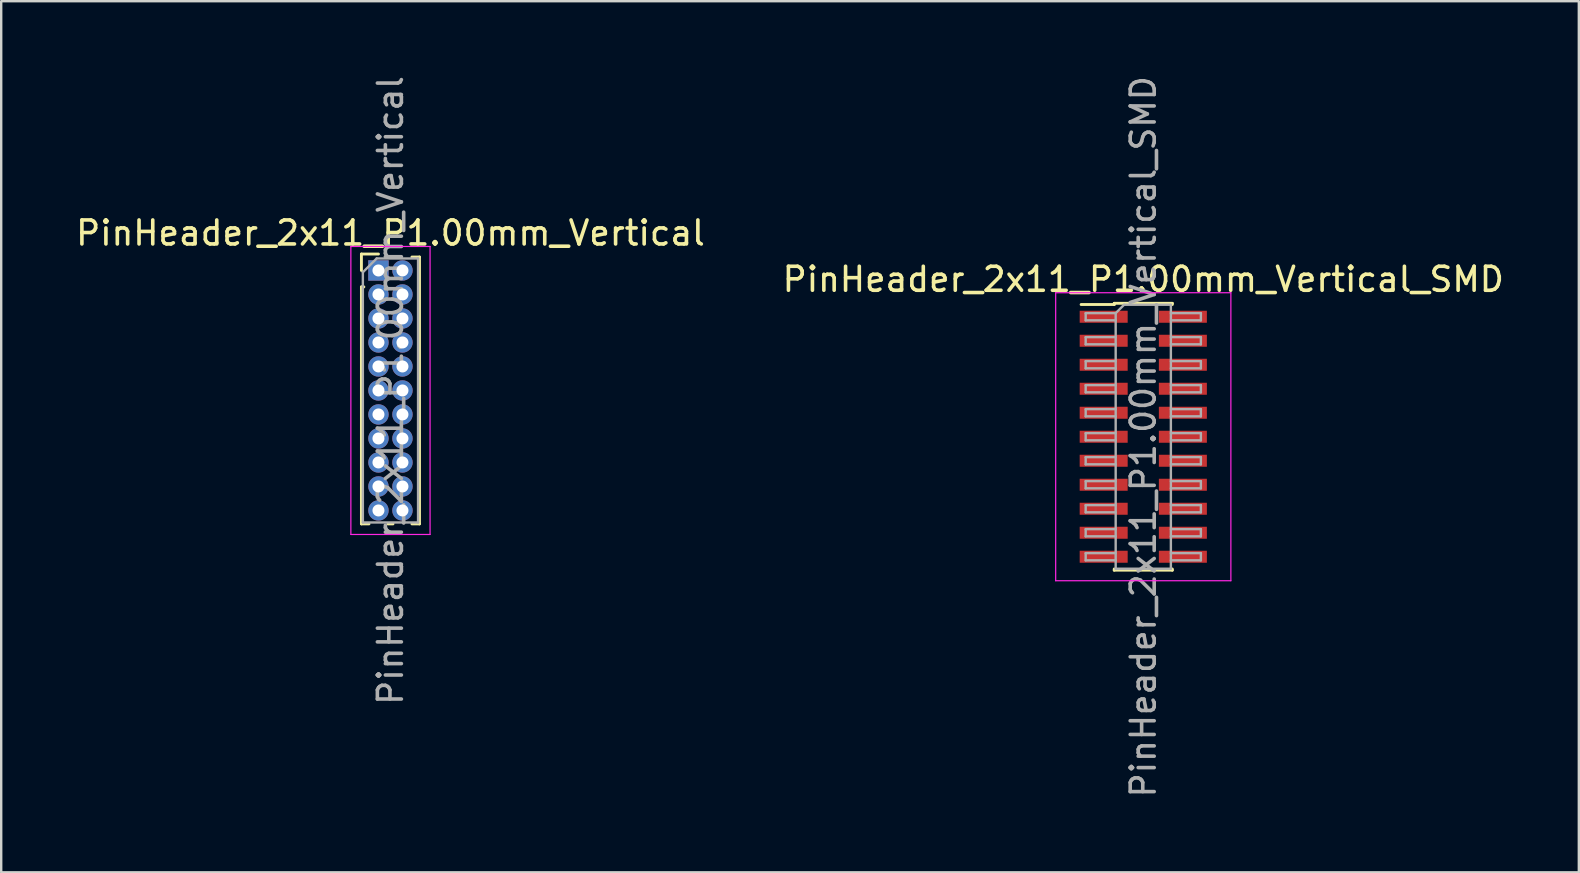
<source format=kicad_pcb>
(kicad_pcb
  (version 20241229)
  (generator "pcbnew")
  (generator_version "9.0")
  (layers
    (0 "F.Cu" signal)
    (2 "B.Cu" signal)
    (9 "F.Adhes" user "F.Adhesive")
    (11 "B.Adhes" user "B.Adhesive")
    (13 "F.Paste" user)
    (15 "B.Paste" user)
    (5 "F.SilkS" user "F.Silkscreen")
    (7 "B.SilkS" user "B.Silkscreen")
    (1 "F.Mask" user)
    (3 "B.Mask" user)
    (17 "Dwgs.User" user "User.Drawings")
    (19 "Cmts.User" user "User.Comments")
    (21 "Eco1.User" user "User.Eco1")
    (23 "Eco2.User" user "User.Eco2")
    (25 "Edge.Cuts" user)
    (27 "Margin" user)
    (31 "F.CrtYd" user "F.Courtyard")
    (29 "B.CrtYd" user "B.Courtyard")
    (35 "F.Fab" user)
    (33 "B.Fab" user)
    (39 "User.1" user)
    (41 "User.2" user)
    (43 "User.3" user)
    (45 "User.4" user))
  (footprint "PinHeader_2x11_P1.00mm_Vertical_SMD"
    (layer "F.Cu")
    (at 44.589 15.149)
    (property "Reference" "PinHeader_2x11_P1.00mm_Vertical_SMD" (at 0 -6.56 0) (layer "F.SilkS") (effects (font (size 1 1) (thickness 0.15))))
    (attr smd)
    (fp_line (start -2.59 -5.51) (end -1.21 -5.51) (stroke (width 0.12) (type solid)) (layer "F.SilkS"))
    (fp_line (start -1.21 -5.56) (end -1.21 -5.51) (stroke (width 0.12) (type solid)) (layer "F.SilkS"))
    (fp_line (start -1.21 -5.56) (end 1.21 -5.56) (stroke (width 0.12) (type solid)) (layer "F.SilkS"))
    (fp_line (start -1.21 5.51) (end -1.21 5.56) (stroke (width 0.12) (type solid)) (layer "F.SilkS"))
    (fp_line (start -1.21 5.56) (end 1.21 5.56) (stroke (width 0.12) (type solid)) (layer "F.SilkS"))
    (fp_line (start 1.21 -5.56) (end 1.21 -5.51) (stroke (width 0.12) (type solid)) (layer "F.SilkS"))
    (fp_line (start 1.21 5.51) (end 1.21 5.56) (stroke (width 0.12) (type solid)) (layer "F.SilkS"))
    (fp_line (start -3.65 -6) (end -3.65 6) (stroke (width 0.05) (type solid)) (layer "F.CrtYd"))
    (fp_line (start -3.65 6) (end 3.65 6) (stroke (width 0.05) (type solid)) (layer "F.CrtYd"))
    (fp_line (start 3.65 -6) (end -3.65 -6) (stroke (width 0.05) (type solid)) (layer "F.CrtYd"))
    (fp_line (start 3.65 6) (end 3.65 -6) (stroke (width 0.05) (type solid)) (layer "F.CrtYd"))
    (fp_line (start -2.4 -5.15) (end -2.4 -4.85) (stroke (width 0.1) (type solid)) (layer "F.Fab"))
    (fp_line (start -2.4 -4.85) (end -1.15 -4.85) (stroke (width 0.1) (type solid)) (layer "F.Fab"))
    (fp_line (start -2.4 -4.15) (end -2.4 -3.85) (stroke (width 0.1) (type solid)) (layer "F.Fab"))
    (fp_line (start -2.4 -3.85) (end -1.15 -3.85) (stroke (width 0.1) (type solid)) (layer "F.Fab"))
    (fp_line (start -2.4 -3.15) (end -2.4 -2.85) (stroke (width 0.1) (type solid)) (layer "F.Fab"))
    (fp_line (start -2.4 -2.85) (end -1.15 -2.85) (stroke (width 0.1) (type solid)) (layer "F.Fab"))
    (fp_line (start -2.4 -2.15) (end -2.4 -1.85) (stroke (width 0.1) (type solid)) (layer "F.Fab"))
    (fp_line (start -2.4 -1.85) (end -1.15 -1.85) (stroke (width 0.1) (type solid)) (layer "F.Fab"))
    (fp_line (start -2.4 -1.15) (end -2.4 -0.85) (stroke (width 0.1) (type solid)) (layer "F.Fab"))
    (fp_line (start -2.4 -0.85) (end -1.15 -0.85) (stroke (width 0.1) (type solid)) (layer "F.Fab"))
    (fp_line (start -2.4 -0.15) (end -2.4 0.15) (stroke (width 0.1) (type solid)) (layer "F.Fab"))
    (fp_line (start -2.4 0.15) (end -1.15 0.15) (stroke (width 0.1) (type solid)) (layer "F.Fab"))
    (fp_line (start -2.4 0.85) (end -2.4 1.15) (stroke (width 0.1) (type solid)) (layer "F.Fab"))
    (fp_line (start -2.4 1.15) (end -1.15 1.15) (stroke (width 0.1) (type solid)) (layer "F.Fab"))
    (fp_line (start -2.4 1.85) (end -2.4 2.15) (stroke (width 0.1) (type solid)) (layer "F.Fab"))
    (fp_line (start -2.4 2.15) (end -1.15 2.15) (stroke (width 0.1) (type solid)) (layer "F.Fab"))
    (fp_line (start -2.4 2.85) (end -2.4 3.15) (stroke (width 0.1) (type solid)) (layer "F.Fab"))
    (fp_line (start -2.4 3.15) (end -1.15 3.15) (stroke (width 0.1) (type solid)) (layer "F.Fab"))
    (fp_line (start -2.4 3.85) (end -2.4 4.15) (stroke (width 0.1) (type solid)) (layer "F.Fab"))
    (fp_line (start -2.4 4.15) (end -1.15 4.15) (stroke (width 0.1) (type solid)) (layer "F.Fab"))
    (fp_line (start -2.4 4.85) (end -2.4 5.15) (stroke (width 0.1) (type solid)) (layer "F.Fab"))
    (fp_line (start -2.4 5.15) (end -1.15 5.15) (stroke (width 0.1) (type solid)) (layer "F.Fab"))
    (fp_line (start -1.15 -5.15) (end -2.4 -5.15) (stroke (width 0.1) (type solid)) (layer "F.Fab"))
    (fp_line (start -1.15 -5.15) (end -0.8 -5.5) (stroke (width 0.1) (type solid)) (layer "F.Fab"))
    (fp_line (start -1.15 -4.15) (end -2.4 -4.15) (stroke (width 0.1) (type solid)) (layer "F.Fab"))
    (fp_line (start -1.15 -3.15) (end -2.4 -3.15) (stroke (width 0.1) (type solid)) (layer "F.Fab"))
    (fp_line (start -1.15 -2.15) (end -2.4 -2.15) (stroke (width 0.1) (type solid)) (layer "F.Fab"))
    (fp_line (start -1.15 -1.15) (end -2.4 -1.15) (stroke (width 0.1) (type solid)) (layer "F.Fab"))
    (fp_line (start -1.15 -0.15) (end -2.4 -0.15) (stroke (width 0.1) (type solid)) (layer "F.Fab"))
    (fp_line (start -1.15 0.85) (end -2.4 0.85) (stroke (width 0.1) (type solid)) (layer "F.Fab"))
    (fp_line (start -1.15 1.85) (end -2.4 1.85) (stroke (width 0.1) (type solid)) (layer "F.Fab"))
    (fp_line (start -1.15 2.85) (end -2.4 2.85) (stroke (width 0.1) (type solid)) (layer "F.Fab"))
    (fp_line (start -1.15 3.85) (end -2.4 3.85) (stroke (width 0.1) (type solid)) (layer "F.Fab"))
    (fp_line (start -1.15 4.85) (end -2.4 4.85) (stroke (width 0.1) (type solid)) (layer "F.Fab"))
    (fp_line (start -1.15 5.5) (end -1.15 -5.15) (stroke (width 0.1) (type solid)) (layer "F.Fab"))
    (fp_line (start -0.8 -5.5) (end 1.15 -5.5) (stroke (width 0.1) (type solid)) (layer "F.Fab"))
    (fp_line (start 1.15 -5.5) (end 1.15 5.5) (stroke (width 0.1) (type solid)) (layer "F.Fab"))
    (fp_line (start 1.15 -5.15) (end 2.4 -5.15) (stroke (width 0.1) (type solid)) (layer "F.Fab"))
    (fp_line (start 1.15 -4.15) (end 2.4 -4.15) (stroke (width 0.1) (type solid)) (layer "F.Fab"))
    (fp_line (start 1.15 -3.15) (end 2.4 -3.15) (stroke (width 0.1) (type solid)) (layer "F.Fab"))
    (fp_line (start 1.15 -2.15) (end 2.4 -2.15) (stroke (width 0.1) (type solid)) (layer "F.Fab"))
    (fp_line (start 1.15 -1.15) (end 2.4 -1.15) (stroke (width 0.1) (type solid)) (layer "F.Fab"))
    (fp_line (start 1.15 -0.15) (end 2.4 -0.15) (stroke (width 0.1) (type solid)) (layer "F.Fab"))
    (fp_line (start 1.15 0.85) (end 2.4 0.85) (stroke (width 0.1) (type solid)) (layer "F.Fab"))
    (fp_line (start 1.15 1.85) (end 2.4 1.85) (stroke (width 0.1) (type solid)) (layer "F.Fab"))
    (fp_line (start 1.15 2.85) (end 2.4 2.85) (stroke (width 0.1) (type solid)) (layer "F.Fab"))
    (fp_line (start 1.15 3.85) (end 2.4 3.85) (stroke (width 0.1) (type solid)) (layer "F.Fab"))
    (fp_line (start 1.15 4.85) (end 2.4 4.85) (stroke (width 0.1) (type solid)) (layer "F.Fab"))
    (fp_line (start 1.15 5.5) (end -1.15 5.5) (stroke (width 0.1) (type solid)) (layer "F.Fab"))
    (fp_line (start 2.4 -5.15) (end 2.4 -4.85) (stroke (width 0.1) (type solid)) (layer "F.Fab"))
    (fp_line (start 2.4 -4.85) (end 1.15 -4.85) (stroke (width 0.1) (type solid)) (layer "F.Fab"))
    (fp_line (start 2.4 -4.15) (end 2.4 -3.85) (stroke (width 0.1) (type solid)) (layer "F.Fab"))
    (fp_line (start 2.4 -3.85) (end 1.15 -3.85) (stroke (width 0.1) (type solid)) (layer "F.Fab"))
    (fp_line (start 2.4 -3.15) (end 2.4 -2.85) (stroke (width 0.1) (type solid)) (layer "F.Fab"))
    (fp_line (start 2.4 -2.85) (end 1.15 -2.85) (stroke (width 0.1) (type solid)) (layer "F.Fab"))
    (fp_line (start 2.4 -2.15) (end 2.4 -1.85) (stroke (width 0.1) (type solid)) (layer "F.Fab"))
    (fp_line (start 2.4 -1.85) (end 1.15 -1.85) (stroke (width 0.1) (type solid)) (layer "F.Fab"))
    (fp_line (start 2.4 -1.15) (end 2.4 -0.85) (stroke (width 0.1) (type solid)) (layer "F.Fab"))
    (fp_line (start 2.4 -0.85) (end 1.15 -0.85) (stroke (width 0.1) (type solid)) (layer "F.Fab"))
    (fp_line (start 2.4 -0.15) (end 2.4 0.15) (stroke (width 0.1) (type solid)) (layer "F.Fab"))
    (fp_line (start 2.4 0.15) (end 1.15 0.15) (stroke (width 0.1) (type solid)) (layer "F.Fab"))
    (fp_line (start 2.4 0.85) (end 2.4 1.15) (stroke (width 0.1) (type solid)) (layer "F.Fab"))
    (fp_line (start 2.4 1.15) (end 1.15 1.15) (stroke (width 0.1) (type solid)) (layer "F.Fab"))
    (fp_line (start 2.4 1.85) (end 2.4 2.15) (stroke (width 0.1) (type solid)) (layer "F.Fab"))
    (fp_line (start 2.4 2.15) (end 1.15 2.15) (stroke (width 0.1) (type solid)) (layer "F.Fab"))
    (fp_line (start 2.4 2.85) (end 2.4 3.15) (stroke (width 0.1) (type solid)) (layer "F.Fab"))
    (fp_line (start 2.4 3.15) (end 1.15 3.15) (stroke (width 0.1) (type solid)) (layer "F.Fab"))
    (fp_line (start 2.4 3.85) (end 2.4 4.15) (stroke (width 0.1) (type solid)) (layer "F.Fab"))
    (fp_line (start 2.4 4.15) (end 1.15 4.15) (stroke (width 0.1) (type solid)) (layer "F.Fab"))
    (fp_line (start 2.4 4.85) (end 2.4 5.15) (stroke (width 0.1) (type solid)) (layer "F.Fab"))
    (fp_line (start 2.4 5.15) (end 1.15 5.15) (stroke (width 0.1) (type solid)) (layer "F.Fab"))
    (fp_text user "${REFERENCE}" (at 0 0 90) (layer "F.Fab") (effects (font (size 1 1) (thickness 0.15))))
    (pad "1" smd rect (at -1.65 -5) (size 2 0.5) (layers "F.Cu" "F.Mask" "F.Paste"))
    (pad "2" smd rect (at 1.65 -5) (size 2 0.5) (layers "F.Cu" "F.Mask" "F.Paste"))
    (pad "3" smd rect (at -1.65 -4) (size 2 0.5) (layers "F.Cu" "F.Mask" "F.Paste"))
    (pad "4" smd rect (at 1.65 -4) (size 2 0.5) (layers "F.Cu" "F.Mask" "F.Paste"))
    (pad "5" smd rect (at -1.65 -3) (size 2 0.5) (layers "F.Cu" "F.Mask" "F.Paste"))
    (pad "6" smd rect (at 1.65 -3) (size 2 0.5) (layers "F.Cu" "F.Mask" "F.Paste"))
    (pad "7" smd rect (at -1.65 -2) (size 2 0.5) (layers "F.Cu" "F.Mask" "F.Paste"))
    (pad "8" smd rect (at 1.65 -2) (size 2 0.5) (layers "F.Cu" "F.Mask" "F.Paste"))
    (pad "9" smd rect (at -1.65 -1) (size 2 0.5) (layers "F.Cu" "F.Mask" "F.Paste"))
    (pad "10" smd rect (at 1.65 -1) (size 2 0.5) (layers "F.Cu" "F.Mask" "F.Paste"))
    (pad "11" smd rect (at -1.65 0) (size 2 0.5) (layers "F.Cu" "F.Mask" "F.Paste"))
    (pad "12" smd rect (at 1.65 0) (size 2 0.5) (layers "F.Cu" "F.Mask" "F.Paste"))
    (pad "13" smd rect (at -1.65 1) (size 2 0.5) (layers "F.Cu" "F.Mask" "F.Paste"))
    (pad "14" smd rect (at 1.65 1) (size 2 0.5) (layers "F.Cu" "F.Mask" "F.Paste"))
    (pad "15" smd rect (at -1.65 2) (size 2 0.5) (layers "F.Cu" "F.Mask" "F.Paste"))
    (pad "16" smd rect (at 1.65 2) (size 2 0.5) (layers "F.Cu" "F.Mask" "F.Paste"))
    (pad "17" smd rect (at -1.65 3) (size 2 0.5) (layers "F.Cu" "F.Mask" "F.Paste"))
    (pad "18" smd rect (at 1.65 3) (size 2 0.5) (layers "F.Cu" "F.Mask" "F.Paste"))
    (pad "19" smd rect (at -1.65 4) (size 2 0.5) (layers "F.Cu" "F.Mask" "F.Paste"))
    (pad "20" smd rect (at 1.65 4) (size 2 0.5) (layers "F.Cu" "F.Mask" "F.Paste"))
    (pad "21" smd rect (at -1.65 5) (size 2 0.5) (layers "F.Cu" "F.Mask" "F.Paste"))
    (pad "22" smd rect (at 1.65 5) (size 2 0.5) (layers "F.Cu" "F.Mask" "F.Paste")))
  (footprint "PinHeader_2x11_P1.00mm_Vertical"
    (layer "F.Cu")
    (at 12.72 8.22)
    (property "Reference" "PinHeader_2x11_P1.00mm_Vertical" (at 0.5 -1.56 0) (layer "F.SilkS") (effects (font (size 1 1) (thickness 0.15))))
    (attr through_hole)
    (fp_line (start -0.71 -0.685) (end 0 -0.685) (stroke (width 0.12) (type solid)) (layer "F.SilkS"))
    (fp_line (start -0.71 0) (end -0.71 -0.685) (stroke (width 0.12) (type solid)) (layer "F.SilkS"))
    (fp_line (start -0.71 0.685) (end -0.71 10.56) (stroke (width 0.12) (type solid)) (layer "F.SilkS"))
    (fp_line (start -0.71 0.685) (end -0.608 0.685) (stroke (width 0.12) (type solid)) (layer "F.SilkS"))
    (fp_line (start -0.71 10.56) (end -0.394 10.56) (stroke (width 0.12) (type solid)) (layer "F.SilkS"))
    (fp_line (start 0.394 10.56) (end 0.606 10.56) (stroke (width 0.12) (type solid)) (layer "F.SilkS"))
    (fp_line (start 1.394 -0.56) (end 1.71 -0.56) (stroke (width 0.12) (type solid)) (layer "F.SilkS"))
    (fp_line (start 1.394 10.56) (end 1.71 10.56) (stroke (width 0.12) (type solid)) (layer "F.SilkS"))
    (fp_line (start 1.71 -0.56) (end 1.71 10.56) (stroke (width 0.12) (type solid)) (layer "F.SilkS"))
    (fp_line (start -1.15 -1) (end -1.15 11) (stroke (width 0.05) (type solid)) (layer "F.CrtYd"))
    (fp_line (start -1.15 11) (end 2.15 11) (stroke (width 0.05) (type solid)) (layer "F.CrtYd"))
    (fp_line (start 2.15 -1) (end -1.15 -1) (stroke (width 0.05) (type solid)) (layer "F.CrtYd"))
    (fp_line (start 2.15 11) (end 2.15 -1) (stroke (width 0.05) (type solid)) (layer "F.CrtYd"))
    (fp_line (start -0.65 0.075) (end -0.075 -0.5) (stroke (width 0.1) (type solid)) (layer "F.Fab"))
    (fp_line (start -0.65 10.5) (end -0.65 0.075) (stroke (width 0.1) (type solid)) (layer "F.Fab"))
    (fp_line (start -0.075 -0.5) (end 1.65 -0.5) (stroke (width 0.1) (type solid)) (layer "F.Fab"))
    (fp_line (start 1.65 -0.5) (end 1.65 10.5) (stroke (width 0.1) (type solid)) (layer "F.Fab"))
    (fp_line (start 1.65 10.5) (end -0.65 10.5) (stroke (width 0.1) (type solid)) (layer "F.Fab"))
    (fp_text user "${REFERENCE}" (at 0.5 5 90) (layer "F.Fab") (effects (font (size 1 1) (thickness 0.15))))
    (pad "1" thru_hole rect (at 0 0) (size 0.85 0.85) (drill 0.5) (layers "*.Cu" "*.Mask"))
    (pad "2" thru_hole oval (at 1 0) (size 0.85 0.85) (drill 0.5) (layers "*.Cu" "*.Mask"))
    (pad "3" thru_hole oval (at 0 1) (size 0.85 0.85) (drill 0.5) (layers "*.Cu" "*.Mask"))
    (pad "4" thru_hole oval (at 1 1) (size 0.85 0.85) (drill 0.5) (layers "*.Cu" "*.Mask"))
    (pad "5" thru_hole oval (at 0 2) (size 0.85 0.85) (drill 0.5) (layers "*.Cu" "*.Mask"))
    (pad "6" thru_hole oval (at 1 2) (size 0.85 0.85) (drill 0.5) (layers "*.Cu" "*.Mask"))
    (pad "7" thru_hole oval (at 0 3) (size 0.85 0.85) (drill 0.5) (layers "*.Cu" "*.Mask"))
    (pad "8" thru_hole oval (at 1 3) (size 0.85 0.85) (drill 0.5) (layers "*.Cu" "*.Mask"))
    (pad "9" thru_hole oval (at 0 4) (size 0.85 0.85) (drill 0.5) (layers "*.Cu" "*.Mask"))
    (pad "10" thru_hole oval (at 1 4) (size 0.85 0.85) (drill 0.5) (layers "*.Cu" "*.Mask"))
    (pad "11" thru_hole oval (at 0 5) (size 0.85 0.85) (drill 0.5) (layers "*.Cu" "*.Mask"))
    (pad "12" thru_hole oval (at 1 5) (size 0.85 0.85) (drill 0.5) (layers "*.Cu" "*.Mask"))
    (pad "13" thru_hole oval (at 0 6) (size 0.85 0.85) (drill 0.5) (layers "*.Cu" "*.Mask"))
    (pad "14" thru_hole oval (at 1 6) (size 0.85 0.85) (drill 0.5) (layers "*.Cu" "*.Mask"))
    (pad "15" thru_hole oval (at 0 7) (size 0.85 0.85) (drill 0.5) (layers "*.Cu" "*.Mask"))
    (pad "16" thru_hole oval (at 1 7) (size 0.85 0.85) (drill 0.5) (layers "*.Cu" "*.Mask"))
    (pad "17" thru_hole oval (at 0 8) (size 0.85 0.85) (drill 0.5) (layers "*.Cu" "*.Mask"))
    (pad "18" thru_hole oval (at 1 8) (size 0.85 0.85) (drill 0.5) (layers "*.Cu" "*.Mask"))
    (pad "19" thru_hole oval (at 0 9) (size 0.85 0.85) (drill 0.5) (layers "*.Cu" "*.Mask"))
    (pad "20" thru_hole oval (at 1 9) (size 0.85 0.85) (drill 0.5) (layers "*.Cu" "*.Mask"))
    (pad "21" thru_hole oval (at 0 10) (size 0.85 0.85) (drill 0.5) (layers "*.Cu" "*.Mask"))
    (pad "22" thru_hole oval (at 1 10) (size 0.85 0.85) (drill 0.5) (layers "*.Cu" "*.Mask")))
  (gr_rect
    (start -3 -3)
    (end 62.738 33.298)
    (stroke (width 0.1) (type default))
    (fill no)
    (layer "Edge.Cuts")))
</source>
